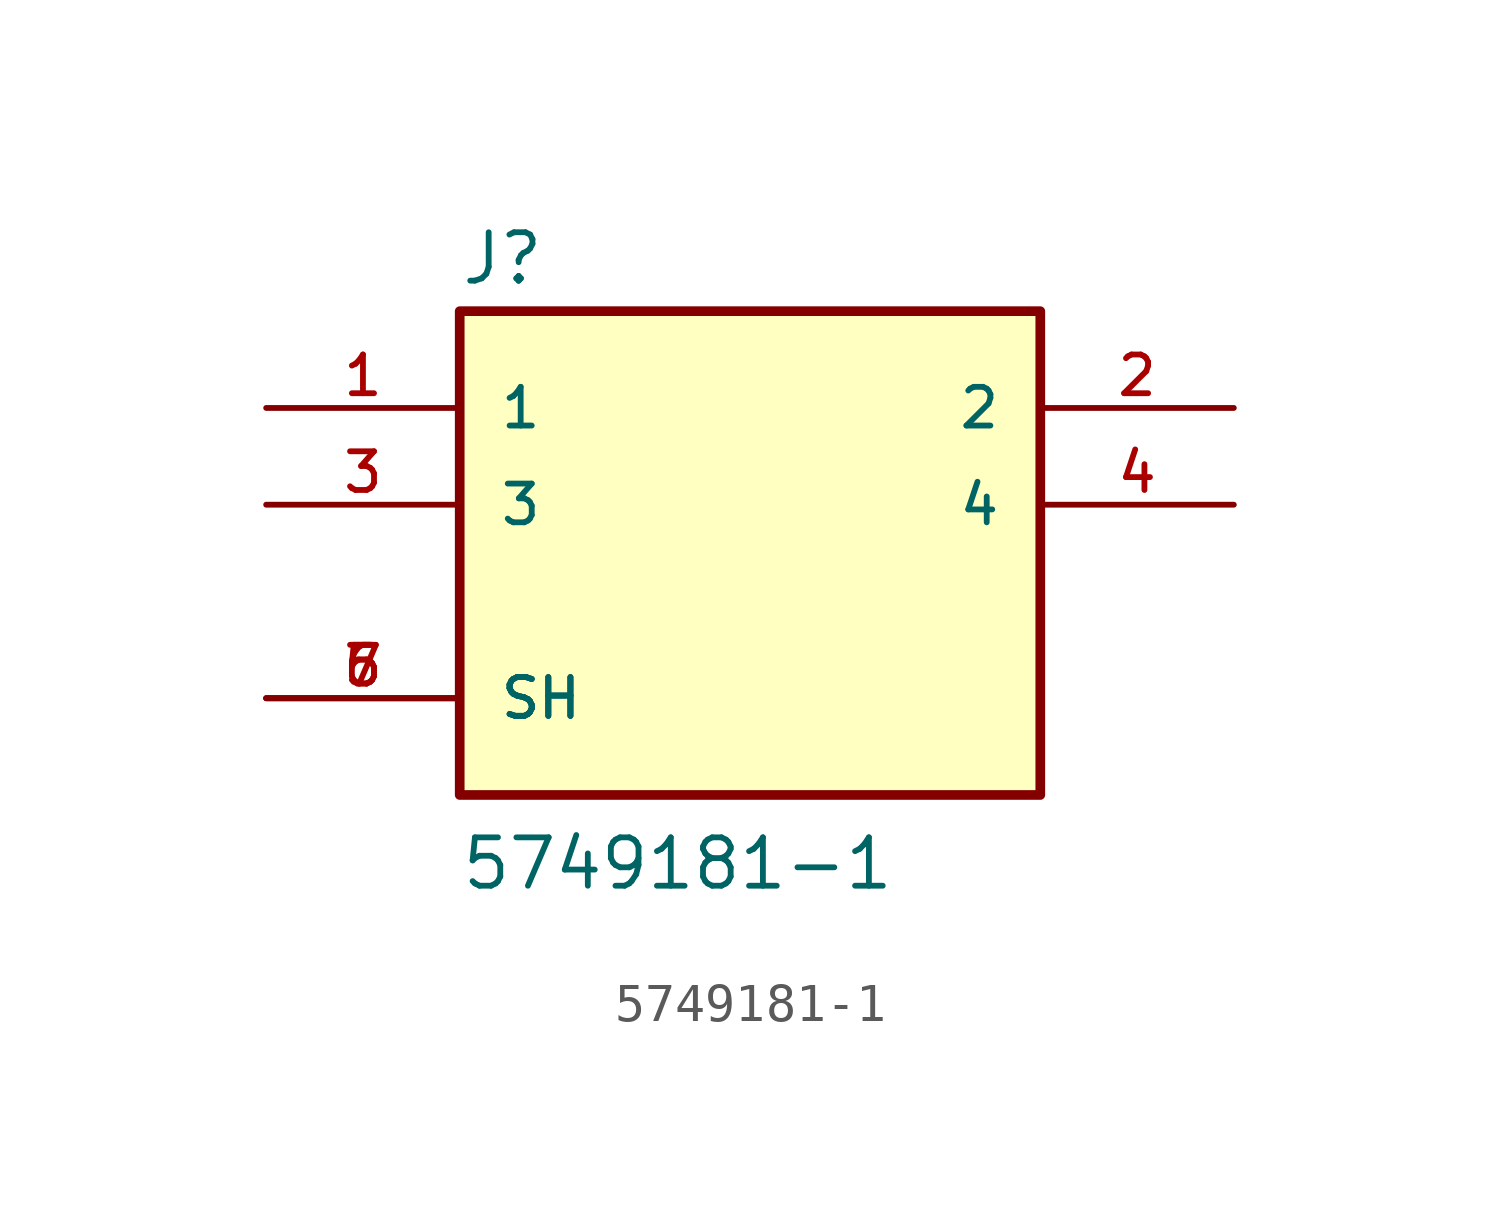
<source format=kicad_sym>
(kicad_symbol_lib
  (version 20211014)
  (generator kicad_symbol_editor)
  (symbol "5749181-1"
    (pin_names
      (offset 1.016))
    (property "Reference" "J"
      (at -7.625 5.718 0)
      (effects (font (size 1.27 1.27)) (justify bottom left)))
    (property "Value" "5749181-1"
      (at -7.623 -10.165 0)
      (effects (font (size 1.27 1.27)) (justify bottom left)))
    (symbol "5749181-1_0_0"
      (rectangle (start -7.62 -7.62) (end 7.62 5.08) (stroke (width 0.254)) (fill (type background)))
      (pin passive line (at -12.7 2.54 0) (length 5.08) (name "1" (effects (font (size 1.016 1.016)))) (number "1" (effects (font (size 1.016 1.016)))))
      (pin passive line (at 12.7 0.0 180.0) (length 5.08) (name "4" (effects (font (size 1.016 1.016)))) (number "4" (effects (font (size 1.016 1.016)))))
      (pin passive line (at 12.7 2.54 180.0) (length 5.08) (name "2" (effects (font (size 1.016 1.016)))) (number "2" (effects (font (size 1.016 1.016)))))
      (pin passive line (at -12.7 0.0 0) (length 5.08) (name "3" (effects (font (size 1.016 1.016)))) (number "3" (effects (font (size 1.016 1.016)))))
      (pin passive line (at -12.7 -5.08 0) (length 5.08) (name "SH" (effects (font (size 1.016 1.016)))) (number "5" (effects (font (size 1.016 1.016)))))
      (pin passive line (at -12.7 -5.08 0) (length 5.08) (name "SH" (effects (font (size 1.016 1.016)))) (number "6" (effects (font (size 1.016 1.016)))))
      (pin passive line (at -12.7 -5.08 0) (length 5.08) (name "SH" (effects (font (size 1.016 1.016)))) (number "7" (effects (font (size 1.016 1.016))))))))
</source>
